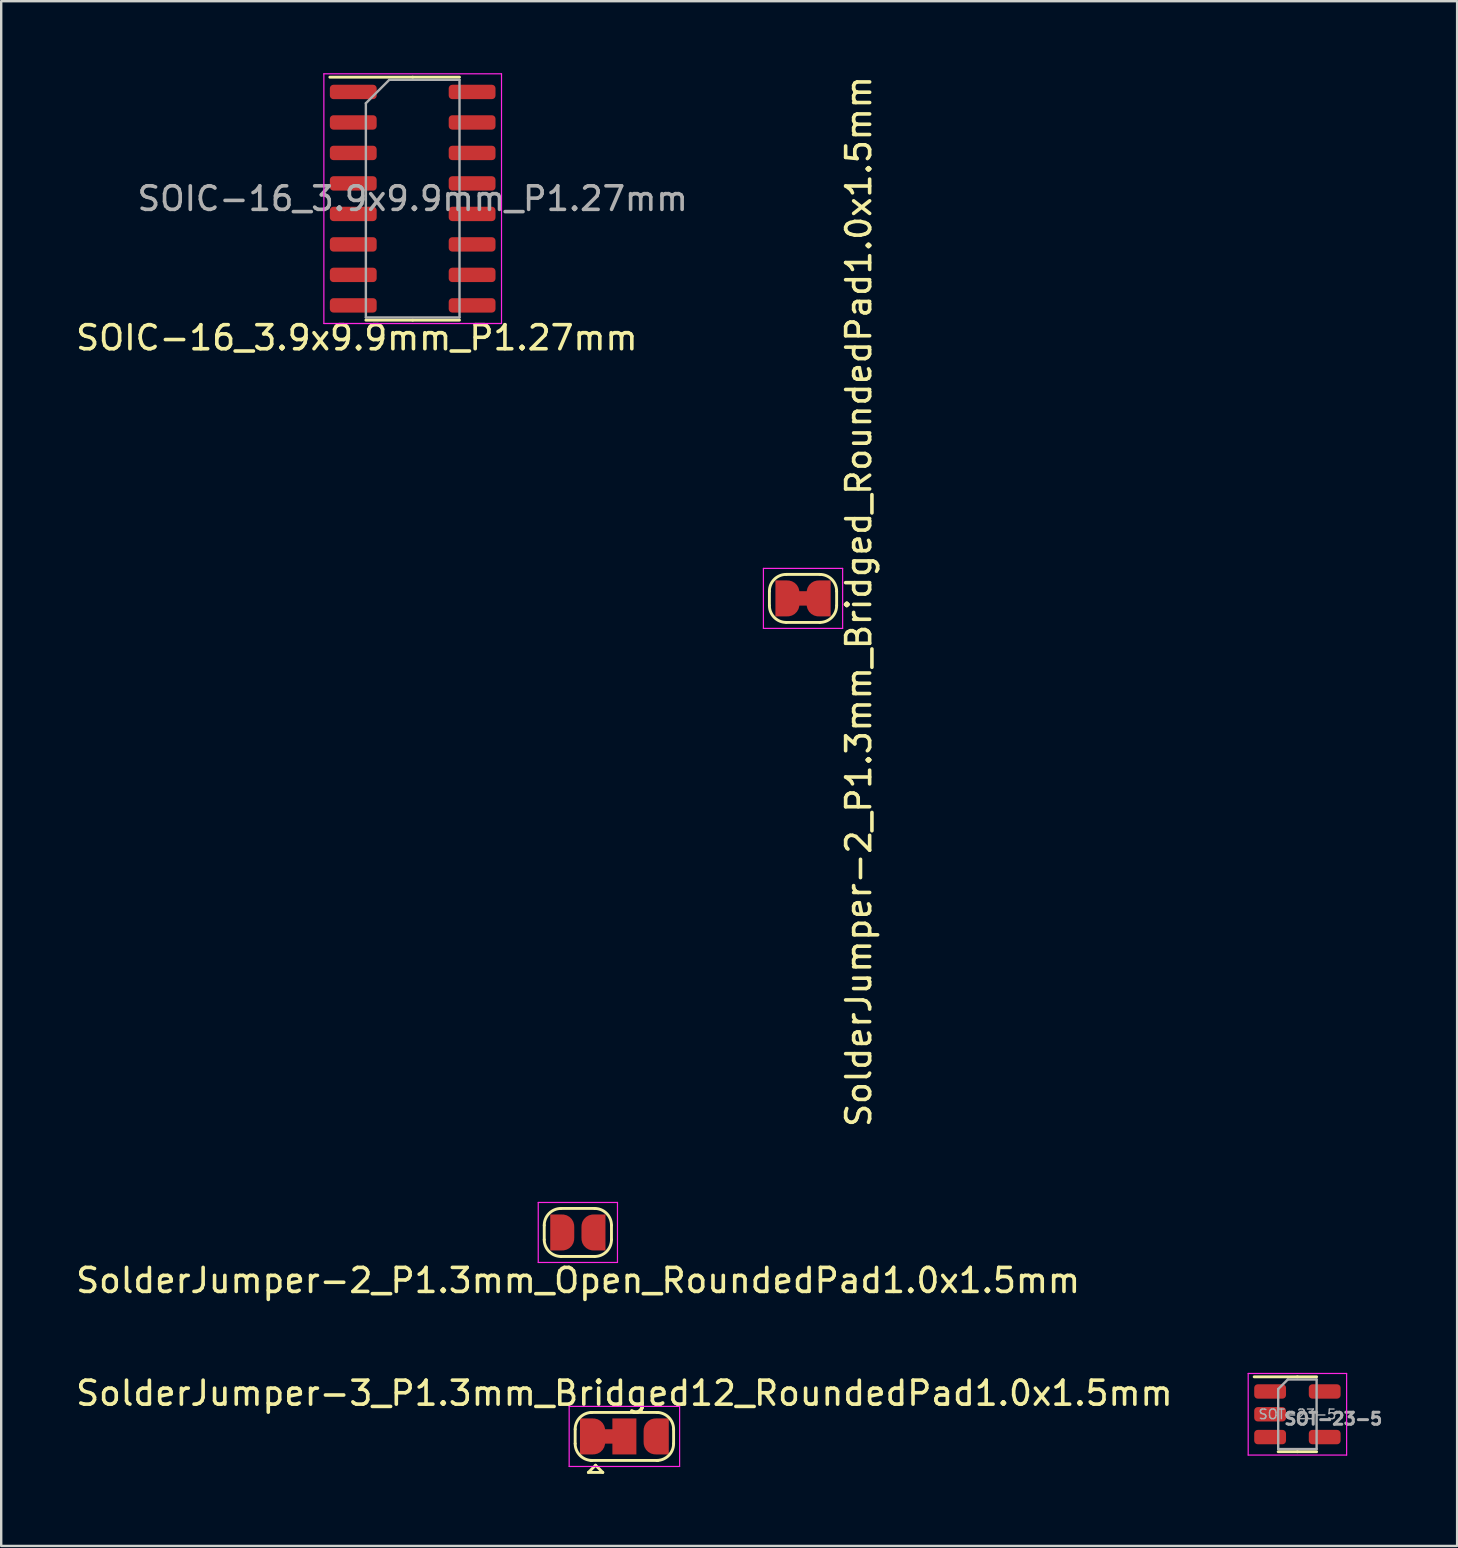
<source format=kicad_pcb>
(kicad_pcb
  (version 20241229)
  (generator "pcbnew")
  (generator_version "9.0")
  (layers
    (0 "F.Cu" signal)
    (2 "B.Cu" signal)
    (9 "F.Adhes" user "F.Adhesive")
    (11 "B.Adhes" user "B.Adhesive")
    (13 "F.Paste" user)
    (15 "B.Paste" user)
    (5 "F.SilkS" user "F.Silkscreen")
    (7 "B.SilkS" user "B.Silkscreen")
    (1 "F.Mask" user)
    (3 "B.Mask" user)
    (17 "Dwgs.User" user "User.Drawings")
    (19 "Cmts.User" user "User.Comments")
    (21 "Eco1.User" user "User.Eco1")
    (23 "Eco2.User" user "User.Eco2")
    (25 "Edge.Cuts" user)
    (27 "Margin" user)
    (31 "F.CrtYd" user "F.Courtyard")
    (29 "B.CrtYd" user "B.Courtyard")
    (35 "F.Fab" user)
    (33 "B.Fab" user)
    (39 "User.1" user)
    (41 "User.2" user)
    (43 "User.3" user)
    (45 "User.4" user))
  (footprint "SolderJumper-2_P1.3mm_Bridged_RoundedPad1.0x1.5mm"
    (layer "F.Cu")
    (at 30.399 21.876)
    (property "Reference" "SolderJumper-2_P1.3mm_Bridged_RoundedPad1.0x1.5mm" (at 2.32 0.13 90) (layer "F.SilkS") (effects (font (size 1 1) (thickness 0.15))))
    (attr exclude_from_pos_files)
    (fp_poly (pts (xy 0.25 -0.3) (xy -0.25 -0.3) (xy -0.25 0.3) (xy 0.25 0.3)) (stroke (width 0) (type solid)) (fill yes) (layer "F.Cu"))
    (fp_line (start -1.4 0.3) (end -1.4 -0.3) (stroke (width 0.12) (type solid)) (layer "F.SilkS"))
    (fp_line (start -0.7 -1) (end 0.7 -1) (stroke (width 0.12) (type solid)) (layer "F.SilkS"))
    (fp_line (start 0.7 1) (end -0.7 1) (stroke (width 0.12) (type solid)) (layer "F.SilkS"))
    (fp_line (start 1.4 -0.3) (end 1.4 0.3) (stroke (width 0.12) (type solid)) (layer "F.SilkS"))
    (fp_arc (start -1.4 -0.3) (mid -1.194975 -0.794975) (end -0.7 -1) (stroke (width 0.12) (type solid)) (layer "F.SilkS"))
    (fp_arc (start -0.7 1) (mid -1.194975 0.794975) (end -1.4 0.3) (stroke (width 0.12) (type solid)) (layer "F.SilkS"))
    (fp_arc (start 0.7 -1) (mid 1.194975 -0.794975) (end 1.4 -0.3) (stroke (width 0.12) (type solid)) (layer "F.SilkS"))
    (fp_arc (start 1.4 0.3) (mid 1.194975 0.794975) (end 0.7 1) (stroke (width 0.12) (type solid)) (layer "F.SilkS"))
    (fp_line (start -1.65 -1.25) (end -1.65 1.25) (stroke (width 0.05) (type solid)) (layer "F.CrtYd"))
    (fp_line (start -1.65 -1.25) (end 1.65 -1.25) (stroke (width 0.05) (type solid)) (layer "F.CrtYd"))
    (fp_line (start 1.65 1.25) (end -1.65 1.25) (stroke (width 0.05) (type solid)) (layer "F.CrtYd"))
    (fp_line (start 1.65 1.25) (end 1.65 -1.25) (stroke (width 0.05) (type solid)) (layer "F.CrtYd"))
    (pad "1" smd custom (at -0.65 0 180) (size 1 0.5) (layers "F.Cu" "F.Mask") (options (anchor rect)) (primitives (gr_circle (center 0 0.25) (end 0.5 0.25) (width 0) (fill yes)) (gr_circle (center 0 -0.25) (end 0.5 -0.25) (width 0) (fill yes)) (gr_poly (pts (xy 0.5 0.75) (xy 0 0.75) (xy 0 -0.75) (xy 0.5 -0.75)) (width 0) (fill yes))))
    (pad "2" smd custom (at 0.65 0 180) (size 1 0.5) (layers "F.Cu" "F.Mask") (options (anchor rect)) (primitives (gr_circle (center 0 0.25) (end 0.5 0.25) (width 0) (fill yes)) (gr_circle (center 0 -0.25) (end 0.5 -0.25) (width 0) (fill yes)) (gr_poly (pts (xy 0 0.75) (xy -0.5 0.75) (xy -0.5 -0.75) (xy 0 -0.75)) (width 0) (fill yes)))))
  (footprint "SolderJumper-3_P1.3mm_Bridged12_RoundedPad1.0x1.5mm"
    (layer "F.Cu")
    (at 22.958 56.783)
    (property "Reference" "SolderJumper-3_P1.3mm_Bridged12_RoundedPad1.0x1.5mm" (at 0 -1.8 0) (layer "F.SilkS") (effects (font (size 1 1) (thickness 0.15))))
    (attr exclude_from_pos_files)
    (fp_poly (pts (xy -0.9 -0.3) (xy -0.4 -0.3) (xy -0.4 0.3) (xy -0.9 0.3)) (stroke (width 0) (type solid)) (fill yes) (layer "F.Cu"))
    (fp_line (start -2.05 0.3) (end -2.05 -0.3) (stroke (width 0.12) (type solid)) (layer "F.SilkS"))
    (fp_line (start -1.5 1.5) (end -0.9 1.5) (stroke (width 0.12) (type solid)) (layer "F.SilkS"))
    (fp_line (start -1.4 -1) (end 1.4 -1) (stroke (width 0.12) (type solid)) (layer "F.SilkS"))
    (fp_line (start -1.2 1.2) (end -1.5 1.5) (stroke (width 0.12) (type solid)) (layer "F.SilkS"))
    (fp_line (start -1.2 1.2) (end -0.9 1.5) (stroke (width 0.12) (type solid)) (layer "F.SilkS"))
    (fp_line (start 1.4 1) (end -1.4 1) (stroke (width 0.12) (type solid)) (layer "F.SilkS"))
    (fp_line (start 2.05 -0.3) (end 2.05 0.3) (stroke (width 0.12) (type solid)) (layer "F.SilkS"))
    (fp_arc (start -2.05 -0.3) (mid -1.844975 -0.794975) (end -1.35 -1) (stroke (width 0.12) (type solid)) (layer "F.SilkS"))
    (fp_arc (start -1.35 1) (mid -1.844975 0.794975) (end -2.05 0.3) (stroke (width 0.12) (type solid)) (layer "F.SilkS"))
    (fp_arc (start 1.35 -1) (mid 1.844975 -0.794975) (end 2.05 -0.3) (stroke (width 0.12) (type solid)) (layer "F.SilkS"))
    (fp_arc (start 2.05 0.3) (mid 1.844975 0.794975) (end 1.35 1) (stroke (width 0.12) (type solid)) (layer "F.SilkS"))
    (fp_line (start -2.3 -1.25) (end -2.3 1.25) (stroke (width 0.05) (type solid)) (layer "F.CrtYd"))
    (fp_line (start -2.3 -1.25) (end 2.3 -1.25) (stroke (width 0.05) (type solid)) (layer "F.CrtYd"))
    (fp_line (start 2.3 1.25) (end -2.3 1.25) (stroke (width 0.05) (type solid)) (layer "F.CrtYd"))
    (fp_line (start 2.3 1.25) (end 2.3 -1.25) (stroke (width 0.05) (type solid)) (layer "F.CrtYd"))
    (pad "1" smd custom (at -1.3 0 180) (size 1 0.5) (layers "F.Cu" "F.Mask") (options (anchor rect)) (primitives (gr_circle (center 0 0.25) (end 0.5 0.25) (width 0) (fill yes)) (gr_circle (center 0 -0.25) (end 0.5 -0.25) (width 0) (fill yes)) (gr_poly (pts (xy 0.55 0.75) (xy 0 0.75) (xy 0 -0.75) (xy 0.55 -0.75)) (width 0) (fill yes))))
    (pad "2" smd rect (at 0 0 180) (size 1 1.5) (layers "F.Cu" "F.Mask"))
    (pad "3" smd custom (at 1.3 0 180) (size 1 0.5) (layers "F.Cu" "F.Mask") (options (anchor rect)) (primitives (gr_circle (center 0 0.25) (end 0.5 0.25) (width 0) (fill yes)) (gr_circle (center 0 -0.25) (end 0.5 -0.25) (width 0) (fill yes)) (gr_poly (pts (xy 0 0.75) (xy -0.55 0.75) (xy -0.55 -0.75) (xy 0 -0.75)) (width 0) (fill yes)))))
  (footprint "SOT-23-5"
    (layer "F.Cu")
    (at 50.992 55.86)
    (property "Reference" "SOT-23-5" (at 1.492 0.19 0) (layer "F.Fab") (effects (font (size 0.5 0.5) (thickness 0.15))))
    (attr smd)
    (fp_line (start 0 -1.56) (end -1.8 -1.56) (stroke (width 0.12) (type solid)) (layer "F.SilkS"))
    (fp_line (start 0 -1.56) (end 0.8 -1.56) (stroke (width 0.12) (type solid)) (layer "F.SilkS"))
    (fp_line (start 0 1.56) (end -0.8 1.56) (stroke (width 0.12) (type solid)) (layer "F.SilkS"))
    (fp_line (start 0 1.56) (end 0.8 1.56) (stroke (width 0.12) (type solid)) (layer "F.SilkS"))
    (fp_line (start -2.05 -1.7) (end -2.05 1.7) (stroke (width 0.05) (type solid)) (layer "F.CrtYd"))
    (fp_line (start -2.05 1.7) (end 2.05 1.7) (stroke (width 0.05) (type solid)) (layer "F.CrtYd"))
    (fp_line (start 2.05 -1.7) (end -2.05 -1.7) (stroke (width 0.05) (type solid)) (layer "F.CrtYd"))
    (fp_line (start 2.05 1.7) (end 2.05 -1.7) (stroke (width 0.05) (type solid)) (layer "F.CrtYd"))
    (fp_line (start -0.8 -1.05) (end -0.4 -1.45) (stroke (width 0.1) (type solid)) (layer "F.Fab"))
    (fp_line (start -0.8 1.45) (end -0.8 -1.05) (stroke (width 0.1) (type solid)) (layer "F.Fab"))
    (fp_line (start -0.4 -1.45) (end 0.8 -1.45) (stroke (width 0.1) (type solid)) (layer "F.Fab"))
    (fp_line (start 0.8 -1.45) (end 0.8 1.45) (stroke (width 0.1) (type solid)) (layer "F.Fab"))
    (fp_line (start 0.8 1.45) (end -0.8 1.45) (stroke (width 0.1) (type solid)) (layer "F.Fab"))
    (fp_text user "${REFERENCE}" (at 0 0 0) (layer "F.Fab") (effects (font (size 0.4 0.4) (thickness 0.06))))
    (pad "1" smd roundrect (at -1.137 -0.95) (size 1.325 0.6) (layers "F.Cu" "F.Mask" "F.Paste") (roundrect_rratio 0.25))
    (pad "2" smd roundrect (at -1.137 0) (size 1.325 0.6) (layers "F.Cu" "F.Mask" "F.Paste") (roundrect_rratio 0.25))
    (pad "3" smd roundrect (at -1.137 0.95) (size 1.325 0.6) (layers "F.Cu" "F.Mask" "F.Paste") (roundrect_rratio 0.25))
    (pad "4" smd roundrect (at 1.137 0.95) (size 1.325 0.6) (layers "F.Cu" "F.Mask" "F.Paste") (roundrect_rratio 0.25))
    (pad "5" smd roundrect (at 1.137 -0.95) (size 1.325 0.6) (layers "F.Cu" "F.Mask" "F.Paste") (roundrect_rratio 0.25)))
  (footprint "SOIC-16_3.9x9.9mm_P1.27mm"
    (layer "F.Cu")
    (at 14.14 5.225)
    (property "Reference" "SOIC-16_3.9x9.9mm_P1.27mm" (at -2.325 5.795 0) (layer "F.SilkS") (effects (font (size 1 1) (thickness 0.15))))
    (attr smd)
    (fp_line (start 0 -5.06) (end -3.45 -5.06) (stroke (width 0.12) (type solid)) (layer "F.SilkS"))
    (fp_line (start 0 -5.06) (end 1.95 -5.06) (stroke (width 0.12) (type solid)) (layer "F.SilkS"))
    (fp_line (start 0 5.06) (end -1.95 5.06) (stroke (width 0.12) (type solid)) (layer "F.SilkS"))
    (fp_line (start 0 5.06) (end 1.95 5.06) (stroke (width 0.12) (type solid)) (layer "F.SilkS"))
    (fp_line (start -3.7 -5.2) (end -3.7 5.2) (stroke (width 0.05) (type solid)) (layer "F.CrtYd"))
    (fp_line (start -3.7 5.2) (end 3.7 5.2) (stroke (width 0.05) (type solid)) (layer "F.CrtYd"))
    (fp_line (start 3.7 -5.2) (end -3.7 -5.2) (stroke (width 0.05) (type solid)) (layer "F.CrtYd"))
    (fp_line (start 3.7 5.2) (end 3.7 -5.2) (stroke (width 0.05) (type solid)) (layer "F.CrtYd"))
    (fp_line (start -1.95 -3.975) (end -0.975 -4.95) (stroke (width 0.1) (type solid)) (layer "F.Fab"))
    (fp_line (start -1.95 4.95) (end -1.95 -3.975) (stroke (width 0.1) (type solid)) (layer "F.Fab"))
    (fp_line (start -0.975 -4.95) (end 1.95 -4.95) (stroke (width 0.1) (type solid)) (layer "F.Fab"))
    (fp_line (start 1.95 -4.95) (end 1.95 4.95) (stroke (width 0.1) (type solid)) (layer "F.Fab"))
    (fp_line (start 1.95 4.95) (end -1.95 4.95) (stroke (width 0.1) (type solid)) (layer "F.Fab"))
    (fp_text user "${REFERENCE}" (at 0 0 0) (layer "F.Fab") (effects (font (size 0.98 0.98) (thickness 0.15))))
    (pad "1" smd roundrect (at -2.475 -4.445 180) (size 1.95 0.6) (layers "F.Cu" "F.Mask" "F.Paste") (roundrect_rratio 0.25))
    (pad "2" smd roundrect (at -2.475 -3.175 180) (size 1.95 0.6) (layers "F.Cu" "F.Mask" "F.Paste") (roundrect_rratio 0.25))
    (pad "3" smd roundrect (at -2.475 -1.905 180) (size 1.95 0.6) (layers "F.Cu" "F.Mask" "F.Paste") (roundrect_rratio 0.25))
    (pad "4" smd roundrect (at -2.475 -0.635 180) (size 1.95 0.6) (layers "F.Cu" "F.Mask" "F.Paste") (roundrect_rratio 0.25))
    (pad "5" smd roundrect (at -2.475 0.635 180) (size 1.95 0.6) (layers "F.Cu" "F.Mask" "F.Paste") (roundrect_rratio 0.25))
    (pad "6" smd roundrect (at -2.475 1.905 180) (size 1.95 0.6) (layers "F.Cu" "F.Mask" "F.Paste") (roundrect_rratio 0.25))
    (pad "7" smd roundrect (at -2.475 3.175 180) (size 1.95 0.6) (layers "F.Cu" "F.Mask" "F.Paste") (roundrect_rratio 0.25))
    (pad "8" smd roundrect (at -2.475 4.445 180) (size 1.95 0.6) (layers "F.Cu" "F.Mask" "F.Paste") (roundrect_rratio 0.25))
    (pad "9" smd roundrect (at 2.475 4.445 180) (size 1.95 0.6) (layers "F.Cu" "F.Mask" "F.Paste") (roundrect_rratio 0.25))
    (pad "10" smd roundrect (at 2.475 3.175 180) (size 1.95 0.6) (layers "F.Cu" "F.Mask" "F.Paste") (roundrect_rratio 0.25))
    (pad "11" smd roundrect (at 2.475 1.905 180) (size 1.95 0.6) (layers "F.Cu" "F.Mask" "F.Paste") (roundrect_rratio 0.25))
    (pad "12" smd roundrect (at 2.475 0.635 180) (size 1.95 0.6) (layers "F.Cu" "F.Mask" "F.Paste") (roundrect_rratio 0.25))
    (pad "13" smd roundrect (at 2.475 -0.635 180) (size 1.95 0.6) (layers "F.Cu" "F.Mask" "F.Paste") (roundrect_rratio 0.25))
    (pad "14" smd roundrect (at 2.475 -1.905 180) (size 1.95 0.6) (layers "F.Cu" "F.Mask" "F.Paste") (roundrect_rratio 0.25))
    (pad "15" smd roundrect (at 2.475 -3.175 180) (size 1.95 0.6) (layers "F.Cu" "F.Mask" "F.Paste") (roundrect_rratio 0.25))
    (pad "16" smd roundrect (at 2.475 -4.445 180) (size 1.95 0.6) (layers "F.Cu" "F.Mask" "F.Paste") (roundrect_rratio 0.25)))
  (footprint "SolderJumper-2_P1.3mm_Open_RoundedPad1.0x1.5mm"
    (layer "F.Cu")
    (at 21.02 48.287)
    (property "Reference" "SolderJumper-2_P1.3mm_Open_RoundedPad1.0x1.5mm" (at 0.01 2 0) (layer "F.SilkS") (effects (font (size 1 1) (thickness 0.15))))
    (attr exclude_from_pos_files)
    (fp_line (start -1.4 0.3) (end -1.4 -0.3) (stroke (width 0.12) (type solid)) (layer "F.SilkS"))
    (fp_line (start -0.7 -1) (end 0.7 -1) (stroke (width 0.12) (type solid)) (layer "F.SilkS"))
    (fp_line (start 0.7 1) (end -0.7 1) (stroke (width 0.12) (type solid)) (layer "F.SilkS"))
    (fp_line (start 1.4 -0.3) (end 1.4 0.3) (stroke (width 0.12) (type solid)) (layer "F.SilkS"))
    (fp_arc (start -1.4 -0.3) (mid -1.194975 -0.794975) (end -0.7 -1) (stroke (width 0.12) (type solid)) (layer "F.SilkS"))
    (fp_arc (start -0.7 1) (mid -1.194975 0.794975) (end -1.4 0.3) (stroke (width 0.12) (type solid)) (layer "F.SilkS"))
    (fp_arc (start 0.7 -1) (mid 1.194975 -0.794975) (end 1.4 -0.3) (stroke (width 0.12) (type solid)) (layer "F.SilkS"))
    (fp_arc (start 1.4 0.3) (mid 1.194975 0.794975) (end 0.7 1) (stroke (width 0.12) (type solid)) (layer "F.SilkS"))
    (fp_line (start -1.65 -1.25) (end -1.65 1.25) (stroke (width 0.05) (type solid)) (layer "F.CrtYd"))
    (fp_line (start -1.65 -1.25) (end 1.65 -1.25) (stroke (width 0.05) (type solid)) (layer "F.CrtYd"))
    (fp_line (start 1.65 1.25) (end -1.65 1.25) (stroke (width 0.05) (type solid)) (layer "F.CrtYd"))
    (fp_line (start 1.65 1.25) (end 1.65 -1.25) (stroke (width 0.05) (type solid)) (layer "F.CrtYd"))
    (pad "1" smd custom (at -0.65 0 180) (size 1 0.5) (layers "F.Cu" "F.Mask") (options (anchor rect)) (primitives (gr_circle (center 0 0.25) (end 0.5 0.25) (width 0) (fill yes)) (gr_circle (center 0 -0.25) (end 0.5 -0.25) (width 0) (fill yes)) (gr_poly (pts (xy 0.5 0.75) (xy 0 0.75) (xy 0 -0.75) (xy 0.5 -0.75)) (width 0) (fill yes))))
    (pad "2" smd custom (at 0.65 0 180) (size 1 0.5) (layers "F.Cu" "F.Mask") (options (anchor rect)) (primitives (gr_circle (center 0 0.25) (end 0.5 0.25) (width 0) (fill yes)) (gr_circle (center 0 -0.25) (end 0.5 -0.25) (width 0) (fill yes)) (gr_poly (pts (xy 0 0.75) (xy -0.5 0.75) (xy -0.5 -0.75) (xy 0 -0.75)) (width 0) (fill yes)))))
  (gr_rect
    (start -3 -3)
    (end 57.645 61.343)
    (stroke (width 0.1) (type default))
    (fill no)
    (layer "Edge.Cuts")))
</source>
